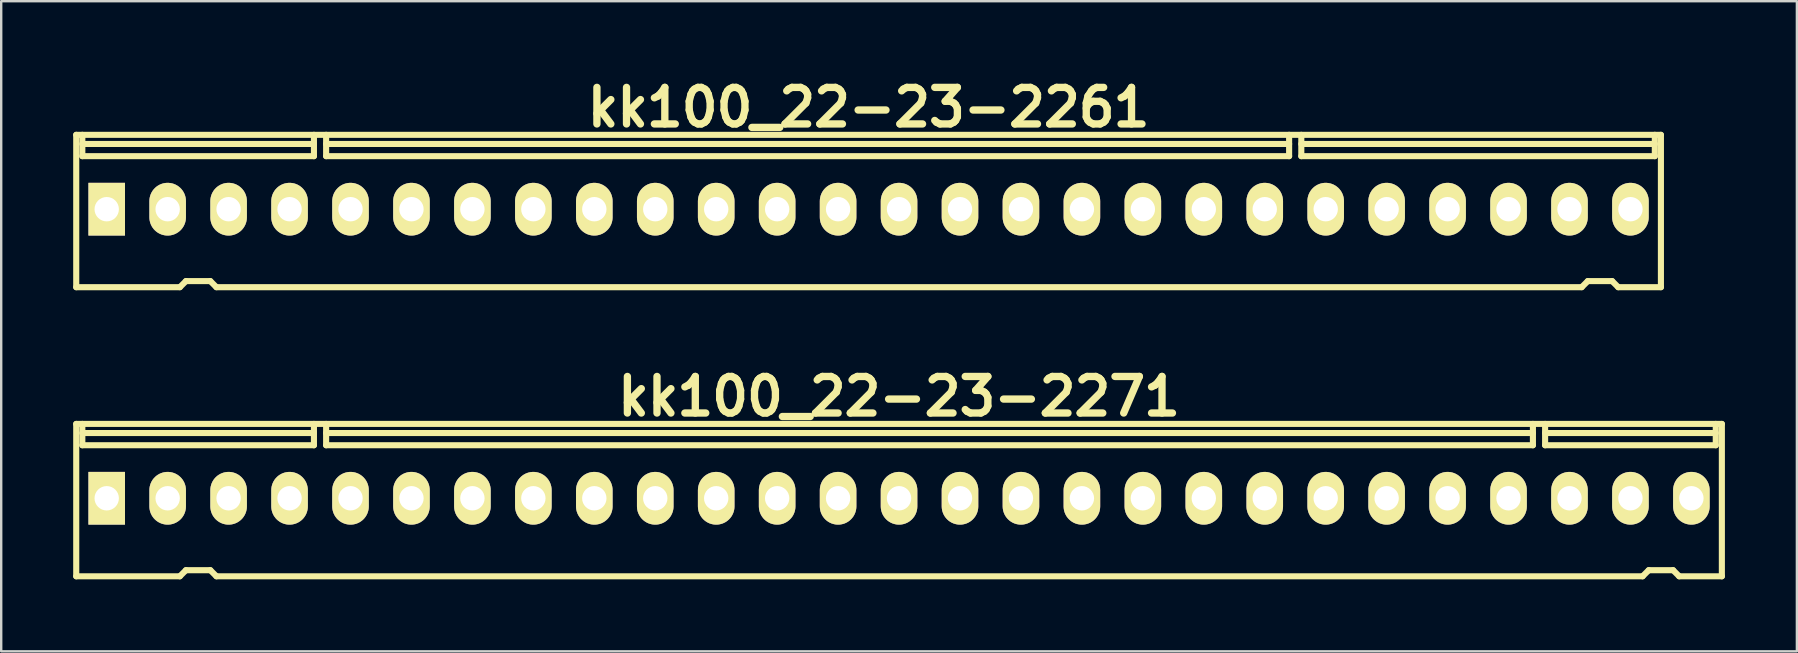
<source format=kicad_pcb>
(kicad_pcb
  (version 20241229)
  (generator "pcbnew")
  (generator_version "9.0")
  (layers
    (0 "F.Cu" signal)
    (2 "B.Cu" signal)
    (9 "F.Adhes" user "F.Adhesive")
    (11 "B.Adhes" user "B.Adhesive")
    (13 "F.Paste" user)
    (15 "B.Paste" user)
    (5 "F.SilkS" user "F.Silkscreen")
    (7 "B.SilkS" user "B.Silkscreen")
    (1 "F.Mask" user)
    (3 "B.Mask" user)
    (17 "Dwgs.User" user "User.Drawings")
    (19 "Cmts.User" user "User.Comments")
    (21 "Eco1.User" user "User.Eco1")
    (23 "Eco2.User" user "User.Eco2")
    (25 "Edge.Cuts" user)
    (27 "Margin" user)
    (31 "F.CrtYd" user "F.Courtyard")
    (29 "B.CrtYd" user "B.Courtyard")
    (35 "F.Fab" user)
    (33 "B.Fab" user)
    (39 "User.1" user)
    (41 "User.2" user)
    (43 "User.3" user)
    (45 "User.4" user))
  (footprint "kk100_22-23-2261"
    (layer "F.Cu")
    (at 33.147 5.744)
    (property "Reference" "kk100_22-23-2261" (at 0 -4.318 0) (layer "F.SilkS") (effects (font (size 1.524 1.524) (thickness 0.305))))
    (attr through_hole)
    (fp_line (start -33.02 3.175) (end -33.02 -3.175) (stroke (width 0.254) (type solid)) (layer "F.SilkS"))
    (fp_line (start -32.766 -2.286) (end -32.766 -3.175) (stroke (width 0.254) (type solid)) (layer "F.SilkS"))
    (fp_line (start -28.702 3.175) (end -33.02 3.175) (stroke (width 0.254) (type solid)) (layer "F.SilkS"))
    (fp_line (start -28.448 2.921) (end -28.702 3.175) (stroke (width 0.254) (type solid)) (layer "F.SilkS"))
    (fp_line (start -28.448 2.921) (end -27.432 2.921) (stroke (width 0.254) (type solid)) (layer "F.SilkS"))
    (fp_line (start -27.432 2.921) (end -27.178 3.175) (stroke (width 0.254) (type solid)) (layer "F.SilkS"))
    (fp_line (start -23.114 -2.794) (end -32.766 -2.794) (stroke (width 0.254) (type solid)) (layer "F.SilkS"))
    (fp_line (start -23.114 -2.286) (end -32.766 -2.286) (stroke (width 0.254) (type solid)) (layer "F.SilkS"))
    (fp_line (start -23.114 -2.286) (end -23.114 -3.175) (stroke (width 0.254) (type solid)) (layer "F.SilkS"))
    (fp_line (start -22.606 -2.286) (end -22.606 -3.175) (stroke (width 0.254) (type solid)) (layer "F.SilkS"))
    (fp_line (start -22.606 -2.286) (end 17.526 -2.286) (stroke (width 0.254) (type solid)) (layer "F.SilkS"))
    (fp_line (start 17.526 -2.794) (end -22.606 -2.794) (stroke (width 0.254) (type solid)) (layer "F.SilkS"))
    (fp_line (start 17.526 -2.286) (end 17.526 -3.175) (stroke (width 0.254) (type solid)) (layer "F.SilkS"))
    (fp_line (start 18.034 -2.794) (end 32.766 -2.794) (stroke (width 0.254) (type solid)) (layer "F.SilkS"))
    (fp_line (start 18.034 -2.286) (end 18.034 -3.175) (stroke (width 0.254) (type solid)) (layer "F.SilkS"))
    (fp_line (start 29.718 3.175) (end -27.178 3.175) (stroke (width 0.254) (type solid)) (layer "F.SilkS"))
    (fp_line (start 29.972 2.921) (end 29.718 3.175) (stroke (width 0.254) (type solid)) (layer "F.SilkS"))
    (fp_line (start 29.972 2.921) (end 30.988 2.921) (stroke (width 0.254) (type solid)) (layer "F.SilkS"))
    (fp_line (start 30.988 2.921) (end 31.242 3.175) (stroke (width 0.254) (type solid)) (layer "F.SilkS"))
    (fp_line (start 31.242 3.175) (end 33.02 3.175) (stroke (width 0.254) (type solid)) (layer "F.SilkS"))
    (fp_line (start 32.766 -2.286) (end 18.034 -2.286) (stroke (width 0.254) (type solid)) (layer "F.SilkS"))
    (fp_line (start 32.766 -2.286) (end 32.766 -3.175) (stroke (width 0.254) (type solid)) (layer "F.SilkS"))
    (fp_line (start 33.02 -3.175) (end -33.02 -3.175) (stroke (width 0.254) (type solid)) (layer "F.SilkS"))
    (fp_line (start 33.02 -3.175) (end 33.02 3.175) (stroke (width 0.254) (type solid)) (layer "F.SilkS"))
    (pad "1" thru_hole rect (at -31.75 -0.076) (size 1.524 2.197) (drill 1.016) (layers "*.Cu" "*.Mask" "F.SilkS"))
    (pad "2" thru_hole oval (at -29.21 -0.076) (size 1.524 2.197) (drill 1.016) (layers "*.Cu" "*.Mask" "F.SilkS"))
    (pad "3" thru_hole oval (at -26.67 -0.076) (size 1.524 2.197) (drill 1.016) (layers "*.Cu" "*.Mask" "F.SilkS"))
    (pad "4" thru_hole oval (at -24.13 -0.076) (size 1.524 2.197) (drill 1.016) (layers "*.Cu" "*.Mask" "F.SilkS"))
    (pad "5" thru_hole oval (at -21.59 -0.076) (size 1.524 2.197) (drill 1.016) (layers "*.Cu" "*.Mask" "F.SilkS"))
    (pad "6" thru_hole oval (at -19.05 -0.076) (size 1.524 2.197) (drill 1.016) (layers "*.Cu" "*.Mask" "F.SilkS"))
    (pad "7" thru_hole oval (at -16.51 -0.076) (size 1.524 2.197) (drill 1.016) (layers "*.Cu" "*.Mask" "F.SilkS"))
    (pad "8" thru_hole oval (at -13.97 -0.076) (size 1.524 2.197) (drill 1.016) (layers "*.Cu" "*.Mask" "F.SilkS"))
    (pad "9" thru_hole oval (at -11.43 -0.076) (size 1.524 2.197) (drill 1.016) (layers "*.Cu" "*.Mask" "F.SilkS"))
    (pad "10" thru_hole oval (at -8.89 -0.076) (size 1.524 2.197) (drill 1.016) (layers "*.Cu" "*.Mask" "F.SilkS"))
    (pad "11" thru_hole oval (at -6.35 -0.076) (size 1.524 2.197) (drill 1.016) (layers "*.Cu" "*.Mask" "F.SilkS"))
    (pad "12" thru_hole oval (at -3.81 -0.076) (size 1.524 2.197) (drill 1.016) (layers "*.Cu" "*.Mask" "F.SilkS"))
    (pad "13" thru_hole oval (at -1.27 -0.076) (size 1.524 2.197) (drill 1.016) (layers "*.Cu" "*.Mask" "F.SilkS"))
    (pad "14" thru_hole oval (at 1.27 -0.076) (size 1.524 2.197) (drill 1.016) (layers "*.Cu" "*.Mask" "F.SilkS"))
    (pad "15" thru_hole oval (at 3.81 -0.076) (size 1.524 2.197) (drill 1.016) (layers "*.Cu" "*.Mask" "F.SilkS"))
    (pad "16" thru_hole oval (at 6.35 -0.076) (size 1.524 2.197) (drill 1.016) (layers "*.Cu" "*.Mask" "F.SilkS"))
    (pad "17" thru_hole oval (at 8.89 -0.076) (size 1.524 2.197) (drill 1.016) (layers "*.Cu" "*.Mask" "F.SilkS"))
    (pad "18" thru_hole oval (at 11.43 -0.076) (size 1.524 2.197) (drill 1.016) (layers "*.Cu" "*.Mask" "F.SilkS"))
    (pad "19" thru_hole oval (at 13.97 -0.076) (size 1.524 2.197) (drill 1.016) (layers "*.Cu" "*.Mask" "F.SilkS"))
    (pad "20" thru_hole oval (at 16.51 -0.076) (size 1.524 2.197) (drill 1.016) (layers "*.Cu" "*.Mask" "F.SilkS"))
    (pad "21" thru_hole oval (at 19.05 -0.076) (size 1.524 2.197) (drill 1.016) (layers "*.Cu" "*.Mask" "F.SilkS"))
    (pad "22" thru_hole oval (at 21.59 -0.076) (size 1.524 2.197) (drill 1.016) (layers "*.Cu" "*.Mask" "F.SilkS"))
    (pad "23" thru_hole oval (at 24.13 -0.076) (size 1.524 2.197) (drill 1.016) (layers "*.Cu" "*.Mask" "F.SilkS"))
    (pad "24" thru_hole oval (at 26.67 -0.076) (size 1.524 2.197) (drill 1.016) (layers "*.Cu" "*.Mask" "F.SilkS"))
    (pad "25" thru_hole oval (at 29.21 -0.076) (size 1.524 2.197) (drill 1.016) (layers "*.Cu" "*.Mask" "F.SilkS"))
    (pad "26" thru_hole oval (at 31.75 -0.076) (size 1.524 2.197) (drill 1.016) (layers "*.Cu" "*.Mask" "F.SilkS")))
  (footprint "kk100_22-23-2271"
    (layer "F.Cu")
    (at 34.417 17.791)
    (property "Reference" "kk100_22-23-2271" (at 0 -4.318 0) (layer "F.SilkS") (effects (font (size 1.524 1.524) (thickness 0.305))))
    (attr through_hole)
    (fp_line (start -34.29 3.175) (end -34.29 -3.175) (stroke (width 0.254) (type solid)) (layer "F.SilkS"))
    (fp_line (start -34.036 -2.286) (end -34.036 -3.175) (stroke (width 0.254) (type solid)) (layer "F.SilkS"))
    (fp_line (start -29.972 3.175) (end -34.29 3.175) (stroke (width 0.254) (type solid)) (layer "F.SilkS"))
    (fp_line (start -29.718 2.921) (end -29.972 3.175) (stroke (width 0.254) (type solid)) (layer "F.SilkS"))
    (fp_line (start -29.718 2.921) (end -28.702 2.921) (stroke (width 0.254) (type solid)) (layer "F.SilkS"))
    (fp_line (start -28.702 2.921) (end -28.448 3.175) (stroke (width 0.254) (type solid)) (layer "F.SilkS"))
    (fp_line (start -28.448 3.175) (end 30.988 3.175) (stroke (width 0.254) (type solid)) (layer "F.SilkS"))
    (fp_line (start -24.384 -2.794) (end -34.036 -2.794) (stroke (width 0.254) (type solid)) (layer "F.SilkS"))
    (fp_line (start -24.384 -2.286) (end -34.036 -2.286) (stroke (width 0.254) (type solid)) (layer "F.SilkS"))
    (fp_line (start -24.384 -2.286) (end -24.384 -3.175) (stroke (width 0.254) (type solid)) (layer "F.SilkS"))
    (fp_line (start -23.876 -2.794) (end 26.416 -2.794) (stroke (width 0.254) (type solid)) (layer "F.SilkS"))
    (fp_line (start -23.876 -2.286) (end -23.876 -3.175) (stroke (width 0.254) (type solid)) (layer "F.SilkS"))
    (fp_line (start 26.416 -2.286) (end -23.876 -2.286) (stroke (width 0.254) (type solid)) (layer "F.SilkS"))
    (fp_line (start 26.416 -2.286) (end 26.416 -3.175) (stroke (width 0.254) (type solid)) (layer "F.SilkS"))
    (fp_line (start 26.924 -2.794) (end 34.036 -2.794) (stroke (width 0.254) (type solid)) (layer "F.SilkS"))
    (fp_line (start 26.924 -2.286) (end 26.924 -3.175) (stroke (width 0.254) (type solid)) (layer "F.SilkS"))
    (fp_line (start 26.924 -2.286) (end 34.036 -2.286) (stroke (width 0.254) (type solid)) (layer "F.SilkS"))
    (fp_line (start 31.242 2.921) (end 30.988 3.175) (stroke (width 0.254) (type solid)) (layer "F.SilkS"))
    (fp_line (start 31.242 2.921) (end 32.258 2.921) (stroke (width 0.254) (type solid)) (layer "F.SilkS"))
    (fp_line (start 32.258 2.921) (end 32.512 3.175) (stroke (width 0.254) (type solid)) (layer "F.SilkS"))
    (fp_line (start 32.512 3.175) (end 34.29 3.175) (stroke (width 0.254) (type solid)) (layer "F.SilkS"))
    (fp_line (start 34.036 -2.286) (end 34.036 -3.175) (stroke (width 0.254) (type solid)) (layer "F.SilkS"))
    (fp_line (start 34.29 -3.175) (end -34.29 -3.175) (stroke (width 0.254) (type solid)) (layer "F.SilkS"))
    (fp_line (start 34.29 -3.175) (end 34.29 3.175) (stroke (width 0.254) (type solid)) (layer "F.SilkS"))
    (pad "1" thru_hole rect (at -33.02 -0.076) (size 1.524 2.197) (drill 1.016) (layers "*.Cu" "*.Mask" "F.SilkS"))
    (pad "2" thru_hole oval (at -30.48 -0.076) (size 1.524 2.197) (drill 1.016) (layers "*.Cu" "*.Mask" "F.SilkS"))
    (pad "3" thru_hole oval (at -27.94 -0.076) (size 1.524 2.197) (drill 1.016) (layers "*.Cu" "*.Mask" "F.SilkS"))
    (pad "4" thru_hole oval (at -25.4 -0.076) (size 1.524 2.197) (drill 1.016) (layers "*.Cu" "*.Mask" "F.SilkS"))
    (pad "5" thru_hole oval (at -22.86 -0.076) (size 1.524 2.197) (drill 1.016) (layers "*.Cu" "*.Mask" "F.SilkS"))
    (pad "6" thru_hole oval (at -20.32 -0.076) (size 1.524 2.197) (drill 1.016) (layers "*.Cu" "*.Mask" "F.SilkS"))
    (pad "7" thru_hole oval (at -17.78 -0.076) (size 1.524 2.197) (drill 1.016) (layers "*.Cu" "*.Mask" "F.SilkS"))
    (pad "8" thru_hole oval (at -15.24 -0.076) (size 1.524 2.197) (drill 1.016) (layers "*.Cu" "*.Mask" "F.SilkS"))
    (pad "9" thru_hole oval (at -12.7 -0.076) (size 1.524 2.197) (drill 1.016) (layers "*.Cu" "*.Mask" "F.SilkS"))
    (pad "10" thru_hole oval (at -10.16 -0.076) (size 1.524 2.197) (drill 1.016) (layers "*.Cu" "*.Mask" "F.SilkS"))
    (pad "11" thru_hole oval (at -7.62 -0.076) (size 1.524 2.197) (drill 1.016) (layers "*.Cu" "*.Mask" "F.SilkS"))
    (pad "12" thru_hole oval (at -5.08 -0.076) (size 1.524 2.197) (drill 1.016) (layers "*.Cu" "*.Mask" "F.SilkS"))
    (pad "13" thru_hole oval (at -2.54 -0.076) (size 1.524 2.197) (drill 1.016) (layers "*.Cu" "*.Mask" "F.SilkS"))
    (pad "14" thru_hole oval (at 0 -0.076) (size 1.524 2.197) (drill 1.016) (layers "*.Cu" "*.Mask" "F.SilkS"))
    (pad "15" thru_hole oval (at 2.54 -0.076) (size 1.524 2.197) (drill 1.016) (layers "*.Cu" "*.Mask" "F.SilkS"))
    (pad "16" thru_hole oval (at 5.08 -0.076) (size 1.524 2.197) (drill 1.016) (layers "*.Cu" "*.Mask" "F.SilkS"))
    (pad "17" thru_hole oval (at 7.62 -0.076) (size 1.524 2.197) (drill 1.016) (layers "*.Cu" "*.Mask" "F.SilkS"))
    (pad "18" thru_hole oval (at 10.16 -0.076) (size 1.524 2.197) (drill 1.016) (layers "*.Cu" "*.Mask" "F.SilkS"))
    (pad "19" thru_hole oval (at 12.7 -0.076) (size 1.524 2.197) (drill 1.016) (layers "*.Cu" "*.Mask" "F.SilkS"))
    (pad "20" thru_hole oval (at 15.24 -0.076) (size 1.524 2.197) (drill 1.016) (layers "*.Cu" "*.Mask" "F.SilkS"))
    (pad "21" thru_hole oval (at 17.78 -0.076) (size 1.524 2.197) (drill 1.016) (layers "*.Cu" "*.Mask" "F.SilkS"))
    (pad "22" thru_hole oval (at 20.32 -0.076) (size 1.524 2.197) (drill 1.016) (layers "*.Cu" "*.Mask" "F.SilkS"))
    (pad "23" thru_hole oval (at 22.86 -0.076) (size 1.524 2.197) (drill 1.016) (layers "*.Cu" "*.Mask" "F.SilkS"))
    (pad "24" thru_hole oval (at 25.4 -0.076) (size 1.524 2.197) (drill 1.016) (layers "*.Cu" "*.Mask" "F.SilkS"))
    (pad "25" thru_hole oval (at 27.94 -0.076) (size 1.524 2.197) (drill 1.016) (layers "*.Cu" "*.Mask" "F.SilkS"))
    (pad "26" thru_hole oval (at 30.48 -0.076) (size 1.524 2.197) (drill 1.016) (layers "*.Cu" "*.Mask" "F.SilkS"))
    (pad "27" thru_hole oval (at 33.02 -0.076) (size 1.524 2.197) (drill 1.016) (layers "*.Cu" "*.Mask" "F.SilkS")))
  (gr_rect
    (start -3 -3)
    (end 71.834 24.093)
    (stroke (width 0.1) (type default))
    (fill no)
    (layer "Edge.Cuts")))
</source>
